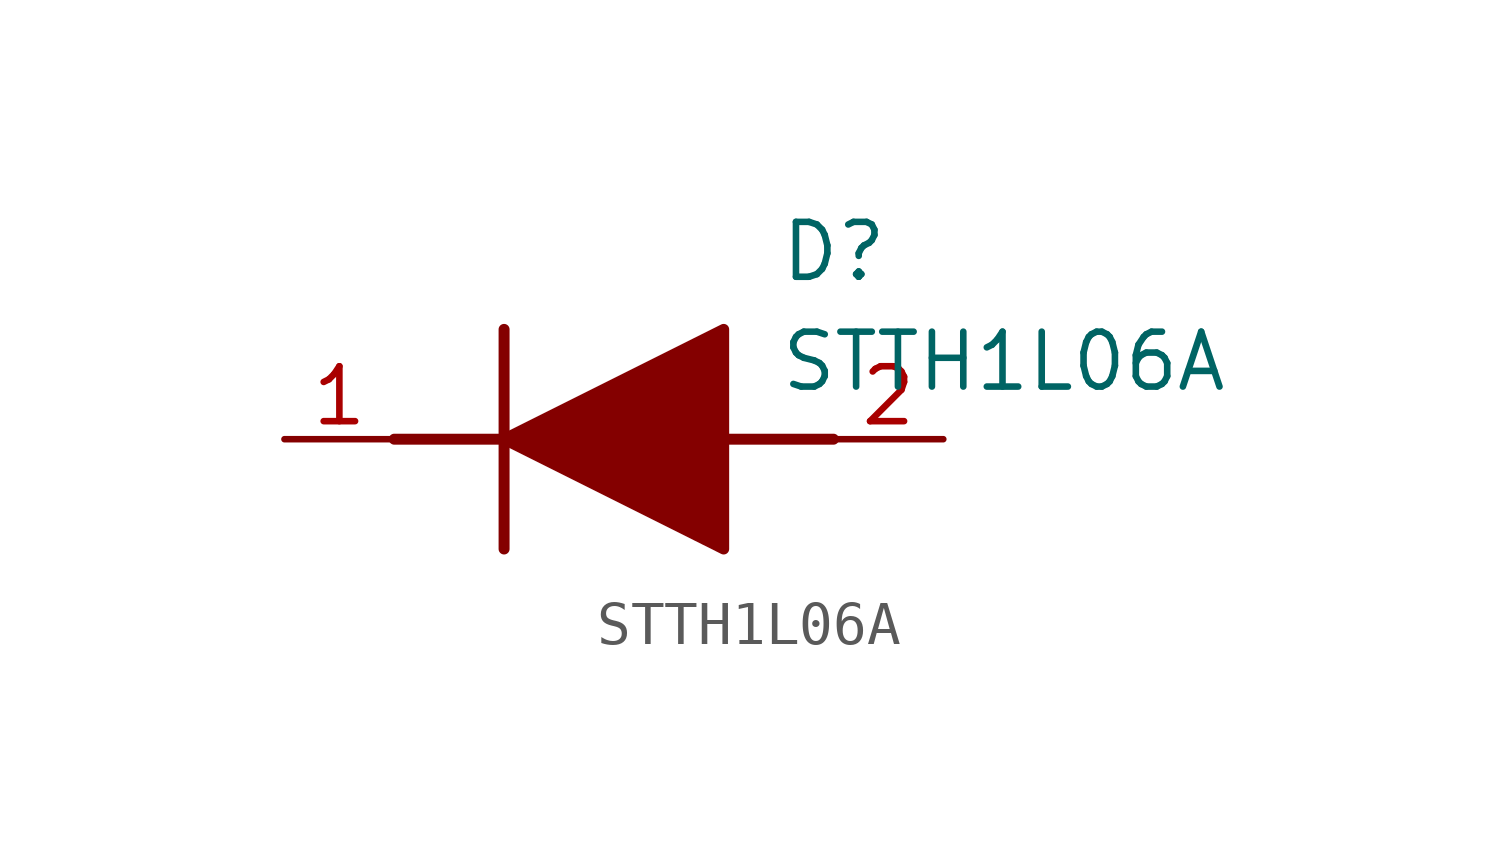
<source format=kicad_sym>
(kicad_symbol_lib
  (version 20211014)
  (generator SamacSys_ECAD_Model)
  (symbol "STTH1L06A"
    (pin_names hide)
    (property "Reference" "D"
      (at 11.43 5.08 0)
      (effects (font (size 1.27 1.27)) (justify left top)))
    (property "Value" "STTH1L06A"
      (at 11.43 2.54 0)
      (effects (font (size 1.27 1.27)) (justify left top)))
    (polyline
      (pts (xy 5.08 2.54) (xy 5.08 -2.54))
      (stroke (width 0.254) (type default))
      (fill (type none)))
    (polyline
      (pts (xy 2.54 0) (xy 5.08 0))
      (stroke (width 0.254) (type default))
      (fill (type none)))
    (polyline
      (pts (xy 10.16 0) (xy 12.7 0))
      (stroke (width 0.254) (type default))
      (fill (type none)))
    (polyline
      (pts (xy 5.08 0) (xy 10.16 2.54) (xy 10.16 -2.54) (xy 5.08 0))
      (stroke (width 0.254) (type default))
      (fill (type outline)))
    (pin passive line
      (at 0 0 0)
      (length 2.54)
      (name "K" (effects (font (size 1.27 1.27))))
      (number "1" (effects (font (size 1.27 1.27)))))
    (pin passive line
      (at 15.24 0 180)
      (length 2.54)
      (name "A" (effects (font (size 1.27 1.27))))
      (number "2" (effects (font (size 1.27 1.27)))))))
</source>
